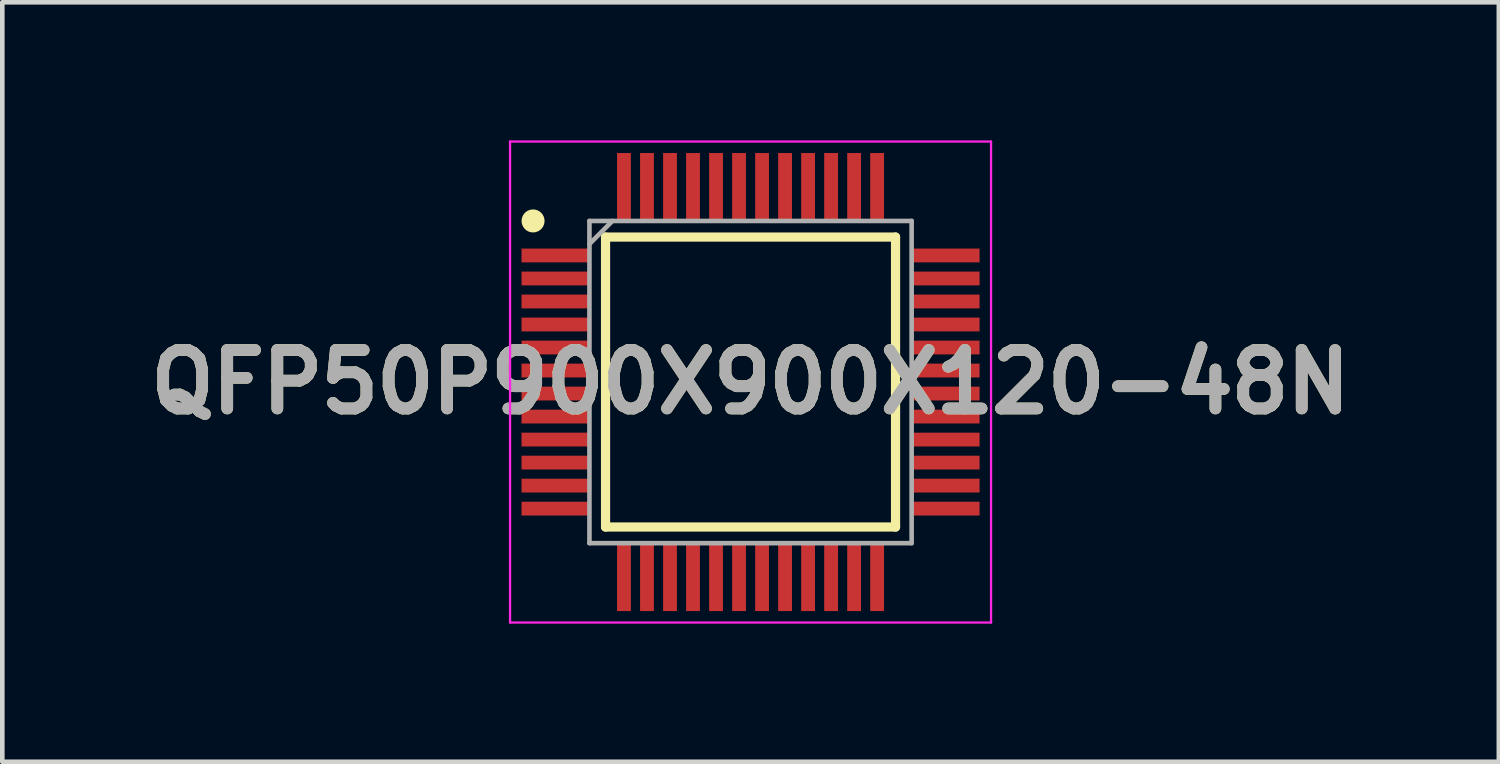
<source format=kicad_pcb>
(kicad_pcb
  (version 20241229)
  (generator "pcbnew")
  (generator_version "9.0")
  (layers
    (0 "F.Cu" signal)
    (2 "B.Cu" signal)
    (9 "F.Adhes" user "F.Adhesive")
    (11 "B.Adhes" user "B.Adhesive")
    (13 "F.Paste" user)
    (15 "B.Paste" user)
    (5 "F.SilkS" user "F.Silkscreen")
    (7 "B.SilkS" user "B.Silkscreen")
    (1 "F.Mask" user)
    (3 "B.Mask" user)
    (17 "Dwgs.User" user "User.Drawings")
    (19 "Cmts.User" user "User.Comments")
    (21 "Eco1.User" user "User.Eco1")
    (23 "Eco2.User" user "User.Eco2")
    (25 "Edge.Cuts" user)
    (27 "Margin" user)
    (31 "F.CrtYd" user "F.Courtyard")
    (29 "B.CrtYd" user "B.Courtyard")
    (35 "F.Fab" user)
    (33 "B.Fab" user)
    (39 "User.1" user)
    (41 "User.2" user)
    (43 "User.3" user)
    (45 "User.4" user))
  (footprint "QFP50P900X900X120-48N"
    (layer "F.Cu")
    (at 13.256 5.25)
    (property "Reference" "QFP50P900X900X120-48N" (at 0 0 0) (layer "F.SilkS") (effects (font (size 1.27 1.27) (thickness 0.254))))
    (attr smd)
    (fp_line (start -3.15 -3.15) (end 3.15 -3.15) (stroke (width 0.2) (type solid)) (layer "F.SilkS"))
    (fp_line (start -3.15 3.15) (end -3.15 -3.15) (stroke (width 0.2) (type solid)) (layer "F.SilkS"))
    (fp_line (start 3.15 -3.15) (end 3.15 3.15) (stroke (width 0.2) (type solid)) (layer "F.SilkS"))
    (fp_line (start 3.15 3.15) (end -3.15 3.15) (stroke (width 0.2) (type solid)) (layer "F.SilkS"))
    (fp_circle (center -4.725 -3.5) (end -4.725 -3.375) (stroke (width 0.25) (type solid)) (fill no) (layer "F.SilkS"))
    (fp_line (start -5.225 -5.225) (end 5.225 -5.225) (stroke (width 0.05) (type solid)) (layer "F.CrtYd"))
    (fp_line (start -5.225 5.225) (end -5.225 -5.225) (stroke (width 0.05) (type solid)) (layer "F.CrtYd"))
    (fp_line (start 5.225 -5.225) (end 5.225 5.225) (stroke (width 0.05) (type solid)) (layer "F.CrtYd"))
    (fp_line (start 5.225 5.225) (end -5.225 5.225) (stroke (width 0.05) (type solid)) (layer "F.CrtYd"))
    (fp_line (start -3.5 -3.5) (end 3.5 -3.5) (stroke (width 0.1) (type solid)) (layer "F.Fab"))
    (fp_line (start -3.5 -3) (end -3 -3.5) (stroke (width 0.1) (type solid)) (layer "F.Fab"))
    (fp_line (start -3.5 3.5) (end -3.5 -3.5) (stroke (width 0.1) (type solid)) (layer "F.Fab"))
    (fp_line (start 3.5 -3.5) (end 3.5 3.5) (stroke (width 0.1) (type solid)) (layer "F.Fab"))
    (fp_line (start 3.5 3.5) (end -3.5 3.5) (stroke (width 0.1) (type solid)) (layer "F.Fab"))
    (fp_text user "${REFERENCE}" (at 0 0 0) (layer "F.Fab") (effects (font (size 1.27 1.27) (thickness 0.254))))
    (pad "1" smd rect (at -4.238 -2.75 90) (size 0.3 1.475) (layers "F.Cu" "F.Mask" "F.Paste"))
    (pad "2" smd rect (at -4.238 -2.25 90) (size 0.3 1.475) (layers "F.Cu" "F.Mask" "F.Paste"))
    (pad "3" smd rect (at -4.238 -1.75 90) (size 0.3 1.475) (layers "F.Cu" "F.Mask" "F.Paste"))
    (pad "4" smd rect (at -4.238 -1.25 90) (size 0.3 1.475) (layers "F.Cu" "F.Mask" "F.Paste"))
    (pad "5" smd rect (at -4.238 -0.75 90) (size 0.3 1.475) (layers "F.Cu" "F.Mask" "F.Paste"))
    (pad "6" smd rect (at -4.238 -0.25 90) (size 0.3 1.475) (layers "F.Cu" "F.Mask" "F.Paste"))
    (pad "7" smd rect (at -4.238 0.25 90) (size 0.3 1.475) (layers "F.Cu" "F.Mask" "F.Paste"))
    (pad "8" smd rect (at -4.238 0.75 90) (size 0.3 1.475) (layers "F.Cu" "F.Mask" "F.Paste"))
    (pad "9" smd rect (at -4.238 1.25 90) (size 0.3 1.475) (layers "F.Cu" "F.Mask" "F.Paste"))
    (pad "10" smd rect (at -4.238 1.75 90) (size 0.3 1.475) (layers "F.Cu" "F.Mask" "F.Paste"))
    (pad "11" smd rect (at -4.238 2.25 90) (size 0.3 1.475) (layers "F.Cu" "F.Mask" "F.Paste"))
    (pad "12" smd rect (at -4.238 2.75 90) (size 0.3 1.475) (layers "F.Cu" "F.Mask" "F.Paste"))
    (pad "13" smd rect (at -2.75 4.238) (size 0.3 1.475) (layers "F.Cu" "F.Mask" "F.Paste"))
    (pad "14" smd rect (at -2.25 4.238) (size 0.3 1.475) (layers "F.Cu" "F.Mask" "F.Paste"))
    (pad "15" smd rect (at -1.75 4.238) (size 0.3 1.475) (layers "F.Cu" "F.Mask" "F.Paste"))
    (pad "16" smd rect (at -1.25 4.238) (size 0.3 1.475) (layers "F.Cu" "F.Mask" "F.Paste"))
    (pad "17" smd rect (at -0.75 4.238) (size 0.3 1.475) (layers "F.Cu" "F.Mask" "F.Paste"))
    (pad "18" smd rect (at -0.25 4.238) (size 0.3 1.475) (layers "F.Cu" "F.Mask" "F.Paste"))
    (pad "19" smd rect (at 0.25 4.238) (size 0.3 1.475) (layers "F.Cu" "F.Mask" "F.Paste"))
    (pad "20" smd rect (at 0.75 4.238) (size 0.3 1.475) (layers "F.Cu" "F.Mask" "F.Paste"))
    (pad "21" smd rect (at 1.25 4.238) (size 0.3 1.475) (layers "F.Cu" "F.Mask" "F.Paste"))
    (pad "22" smd rect (at 1.75 4.238) (size 0.3 1.475) (layers "F.Cu" "F.Mask" "F.Paste"))
    (pad "23" smd rect (at 2.25 4.238) (size 0.3 1.475) (layers "F.Cu" "F.Mask" "F.Paste"))
    (pad "24" smd rect (at 2.75 4.238) (size 0.3 1.475) (layers "F.Cu" "F.Mask" "F.Paste"))
    (pad "25" smd rect (at 4.238 2.75 90) (size 0.3 1.475) (layers "F.Cu" "F.Mask" "F.Paste"))
    (pad "26" smd rect (at 4.238 2.25 90) (size 0.3 1.475) (layers "F.Cu" "F.Mask" "F.Paste"))
    (pad "27" smd rect (at 4.238 1.75 90) (size 0.3 1.475) (layers "F.Cu" "F.Mask" "F.Paste"))
    (pad "28" smd rect (at 4.238 1.25 90) (size 0.3 1.475) (layers "F.Cu" "F.Mask" "F.Paste"))
    (pad "29" smd rect (at 4.238 0.75 90) (size 0.3 1.475) (layers "F.Cu" "F.Mask" "F.Paste"))
    (pad "30" smd rect (at 4.238 0.25 90) (size 0.3 1.475) (layers "F.Cu" "F.Mask" "F.Paste"))
    (pad "31" smd rect (at 4.238 -0.25 90) (size 0.3 1.475) (layers "F.Cu" "F.Mask" "F.Paste"))
    (pad "32" smd rect (at 4.238 -0.75 90) (size 0.3 1.475) (layers "F.Cu" "F.Mask" "F.Paste"))
    (pad "33" smd rect (at 4.238 -1.25 90) (size 0.3 1.475) (layers "F.Cu" "F.Mask" "F.Paste"))
    (pad "34" smd rect (at 4.238 -1.75 90) (size 0.3 1.475) (layers "F.Cu" "F.Mask" "F.Paste"))
    (pad "35" smd rect (at 4.238 -2.25 90) (size 0.3 1.475) (layers "F.Cu" "F.Mask" "F.Paste"))
    (pad "36" smd rect (at 4.238 -2.75 90) (size 0.3 1.475) (layers "F.Cu" "F.Mask" "F.Paste"))
    (pad "37" smd rect (at 2.75 -4.238) (size 0.3 1.475) (layers "F.Cu" "F.Mask" "F.Paste"))
    (pad "38" smd rect (at 2.25 -4.238) (size 0.3 1.475) (layers "F.Cu" "F.Mask" "F.Paste"))
    (pad "39" smd rect (at 1.75 -4.238) (size 0.3 1.475) (layers "F.Cu" "F.Mask" "F.Paste"))
    (pad "40" smd rect (at 1.25 -4.238) (size 0.3 1.475) (layers "F.Cu" "F.Mask" "F.Paste"))
    (pad "41" smd rect (at 0.75 -4.238) (size 0.3 1.475) (layers "F.Cu" "F.Mask" "F.Paste"))
    (pad "42" smd rect (at 0.25 -4.238) (size 0.3 1.475) (layers "F.Cu" "F.Mask" "F.Paste"))
    (pad "43" smd rect (at -0.25 -4.238) (size 0.3 1.475) (layers "F.Cu" "F.Mask" "F.Paste"))
    (pad "44" smd rect (at -0.75 -4.238) (size 0.3 1.475) (layers "F.Cu" "F.Mask" "F.Paste"))
    (pad "45" smd rect (at -1.25 -4.238) (size 0.3 1.475) (layers "F.Cu" "F.Mask" "F.Paste"))
    (pad "46" smd rect (at -1.75 -4.238) (size 0.3 1.475) (layers "F.Cu" "F.Mask" "F.Paste"))
    (pad "47" smd rect (at -2.25 -4.238) (size 0.3 1.475) (layers "F.Cu" "F.Mask" "F.Paste"))
    (pad "48" smd rect (at -2.75 -4.238) (size 0.3 1.475) (layers "F.Cu" "F.Mask" "F.Paste")))
  (gr_rect
    (start -3 -3)
    (end 29.513 13.5)
    (stroke (width 0.1) (type default))
    (fill no)
    (layer "Edge.Cuts")))
</source>
